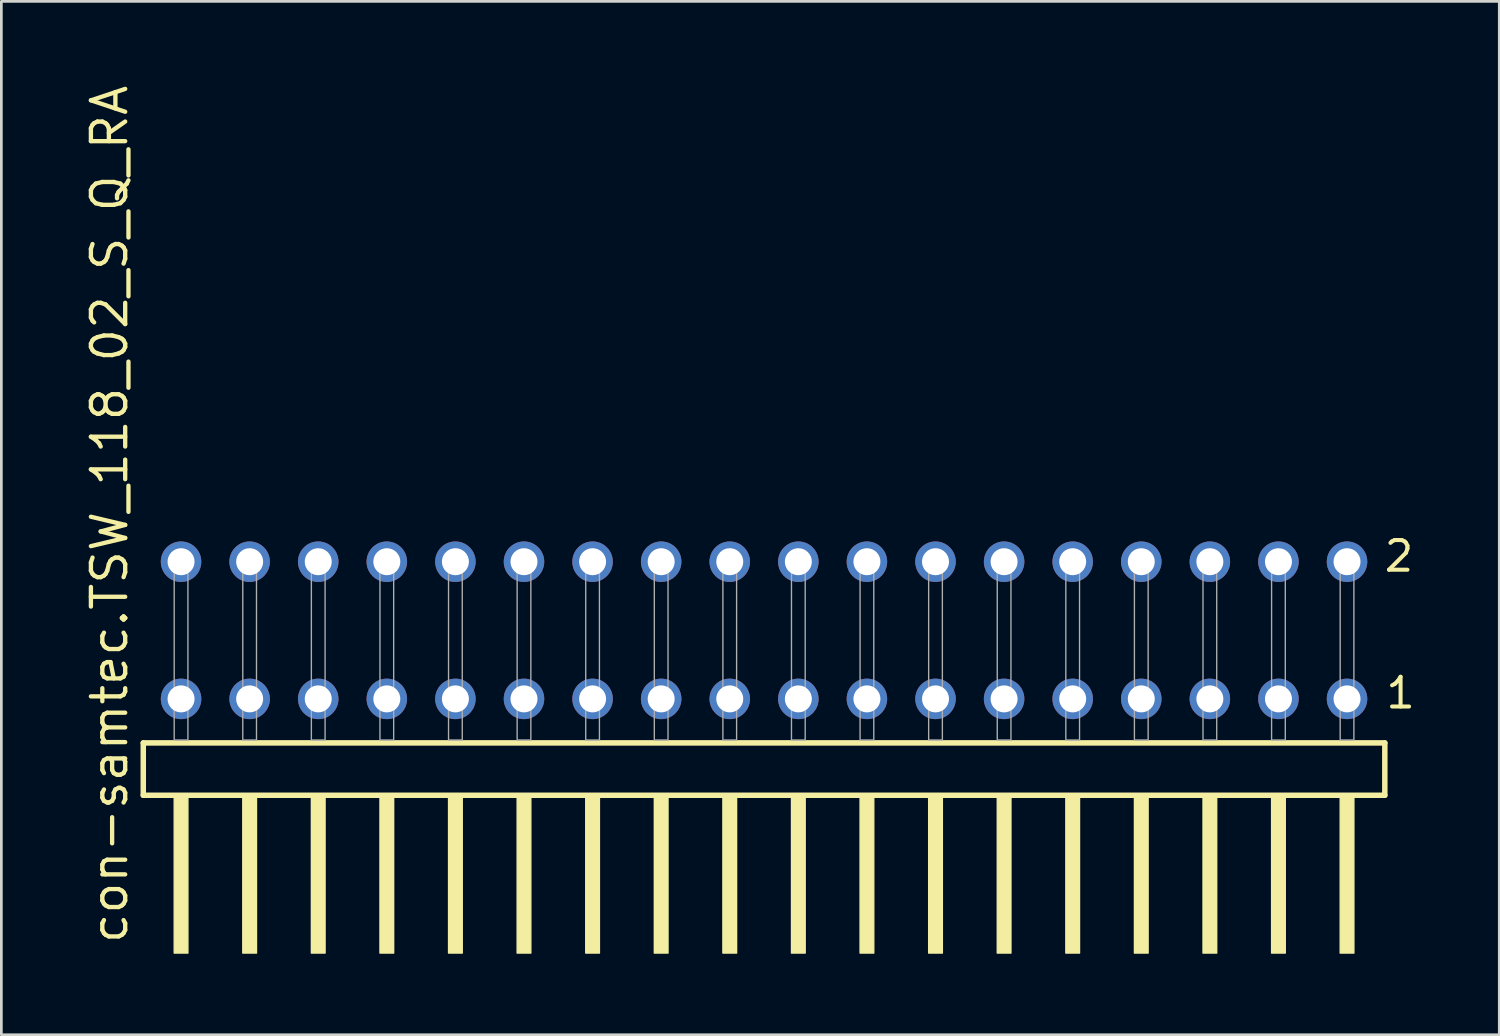
<source format=kicad_pcb>
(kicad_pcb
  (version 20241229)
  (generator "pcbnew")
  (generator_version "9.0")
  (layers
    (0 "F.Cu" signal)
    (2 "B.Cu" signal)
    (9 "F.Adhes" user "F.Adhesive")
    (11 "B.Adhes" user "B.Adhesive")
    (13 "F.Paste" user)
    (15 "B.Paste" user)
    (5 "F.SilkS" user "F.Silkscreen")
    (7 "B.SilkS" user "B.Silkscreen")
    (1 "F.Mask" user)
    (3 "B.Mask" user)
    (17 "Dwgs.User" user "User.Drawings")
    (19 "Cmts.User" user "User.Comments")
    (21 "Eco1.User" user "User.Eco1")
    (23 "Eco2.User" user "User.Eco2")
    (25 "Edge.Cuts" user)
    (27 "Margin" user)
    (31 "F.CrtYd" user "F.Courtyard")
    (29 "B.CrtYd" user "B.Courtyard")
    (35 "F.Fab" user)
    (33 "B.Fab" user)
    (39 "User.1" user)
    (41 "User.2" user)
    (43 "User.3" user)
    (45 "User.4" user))
  (footprint "con-samtec.TSW_118_02_S_Q_RA"
    (layer "F.Cu")
    (at 25.245 24.356)
    (property "Reference" "con-samtec.TSW_118_02_S_Q_RA" (at -23.495 7.62 90) (layer "F.SilkS") (effects (font (size 1.27 1.27) (thickness 0.16)) (justify left bottom)))
    (attr through_hole)
    (fp_line (start -22.989 0.106) (end -22.989 2.046) (stroke (width 0.203) (type default)) (layer "F.SilkS"))
    (fp_line (start -22.989 2.046) (end 22.989 2.046) (stroke (width 0.203) (type default)) (layer "F.SilkS"))
    (fp_line (start 22.989 0.106) (end -22.989 0.106) (stroke (width 0.203) (type default)) (layer "F.SilkS"))
    (fp_line (start 22.989 2.046) (end 22.989 0.106) (stroke (width 0.203) (type default)) (layer "F.SilkS"))
    (fp_rect (start -21.844 7.89) (end -21.336 2.04) (stroke (width 0.05) (type default)) (fill yes) (layer "F.SilkS"))
    (fp_rect (start -19.304 7.89) (end -18.796 2.04) (stroke (width 0.05) (type default)) (fill yes) (layer "F.SilkS"))
    (fp_rect (start -16.764 7.89) (end -16.256 2.04) (stroke (width 0.05) (type default)) (fill yes) (layer "F.SilkS"))
    (fp_rect (start -14.224 7.89) (end -13.716 2.04) (stroke (width 0.05) (type default)) (fill yes) (layer "F.SilkS"))
    (fp_rect (start -11.684 7.89) (end -11.176 2.04) (stroke (width 0.05) (type default)) (fill yes) (layer "F.SilkS"))
    (fp_rect (start -9.144 7.89) (end -8.636 2.04) (stroke (width 0.05) (type default)) (fill yes) (layer "F.SilkS"))
    (fp_rect (start -6.604 7.89) (end -6.096 2.04) (stroke (width 0.05) (type default)) (fill yes) (layer "F.SilkS"))
    (fp_rect (start -4.064 7.89) (end -3.556 2.04) (stroke (width 0.05) (type default)) (fill yes) (layer "F.SilkS"))
    (fp_rect (start -1.524 7.89) (end -1.016 2.04) (stroke (width 0.05) (type default)) (fill yes) (layer "F.SilkS"))
    (fp_rect (start 1.016 7.89) (end 1.524 2.04) (stroke (width 0.05) (type default)) (fill yes) (layer "F.SilkS"))
    (fp_rect (start 3.556 7.89) (end 4.064 2.04) (stroke (width 0.05) (type default)) (fill yes) (layer "F.SilkS"))
    (fp_rect (start 6.096 7.89) (end 6.604 2.04) (stroke (width 0.05) (type default)) (fill yes) (layer "F.SilkS"))
    (fp_rect (start 8.636 7.89) (end 9.144 2.04) (stroke (width 0.05) (type default)) (fill yes) (layer "F.SilkS"))
    (fp_rect (start 11.176 7.89) (end 11.684 2.04) (stroke (width 0.05) (type default)) (fill yes) (layer "F.SilkS"))
    (fp_rect (start 13.716 7.89) (end 14.224 2.04) (stroke (width 0.05) (type default)) (fill yes) (layer "F.SilkS"))
    (fp_rect (start 16.256 7.89) (end 16.764 2.04) (stroke (width 0.05) (type default)) (fill yes) (layer "F.SilkS"))
    (fp_rect (start 18.796 7.89) (end 19.304 2.04) (stroke (width 0.05) (type default)) (fill yes) (layer "F.SilkS"))
    (fp_rect (start 21.336 7.89) (end 21.844 2.04) (stroke (width 0.05) (type default)) (fill yes) (layer "F.SilkS"))
    (fp_rect (start -21.844 0) (end -21.336 -6.858) (stroke (width 0.05) (type default)) (fill no) (layer "F.Fab"))
    (fp_rect (start -19.304 0) (end -18.796 -6.858) (stroke (width 0.05) (type default)) (fill no) (layer "F.Fab"))
    (fp_rect (start -16.764 0) (end -16.256 -6.858) (stroke (width 0.05) (type default)) (fill no) (layer "F.Fab"))
    (fp_rect (start -14.224 0) (end -13.716 -6.858) (stroke (width 0.05) (type default)) (fill no) (layer "F.Fab"))
    (fp_rect (start -11.684 0) (end -11.176 -6.858) (stroke (width 0.05) (type default)) (fill no) (layer "F.Fab"))
    (fp_rect (start -9.144 0) (end -8.636 -6.858) (stroke (width 0.05) (type default)) (fill no) (layer "F.Fab"))
    (fp_rect (start -6.604 0) (end -6.096 -6.858) (stroke (width 0.05) (type default)) (fill no) (layer "F.Fab"))
    (fp_rect (start -4.064 0) (end -3.556 -6.858) (stroke (width 0.05) (type default)) (fill no) (layer "F.Fab"))
    (fp_rect (start -1.524 0) (end -1.016 -6.858) (stroke (width 0.05) (type default)) (fill no) (layer "F.Fab"))
    (fp_rect (start 1.016 0) (end 1.524 -6.858) (stroke (width 0.05) (type default)) (fill no) (layer "F.Fab"))
    (fp_rect (start 3.556 0) (end 4.064 -6.858) (stroke (width 0.05) (type default)) (fill no) (layer "F.Fab"))
    (fp_rect (start 6.096 0) (end 6.604 -6.858) (stroke (width 0.05) (type default)) (fill no) (layer "F.Fab"))
    (fp_rect (start 8.636 0) (end 9.144 -6.858) (stroke (width 0.05) (type default)) (fill no) (layer "F.Fab"))
    (fp_rect (start 11.176 0) (end 11.684 -6.858) (stroke (width 0.05) (type default)) (fill no) (layer "F.Fab"))
    (fp_rect (start 13.716 0) (end 14.224 -6.858) (stroke (width 0.05) (type default)) (fill no) (layer "F.Fab"))
    (fp_rect (start 16.256 0) (end 16.764 -6.858) (stroke (width 0.05) (type default)) (fill no) (layer "F.Fab"))
    (fp_rect (start 18.796 0) (end 19.304 -6.858) (stroke (width 0.05) (type default)) (fill no) (layer "F.Fab"))
    (fp_rect (start 21.336 0) (end 21.844 -6.858) (stroke (width 0.05) (type default)) (fill no) (layer "F.Fab"))
    (fp_text user "2" (at 22.89 -6.165 0) (layer "F.SilkS") (effects (font (size 1.1 1.1) (thickness 0.15)) (justify left bottom)))
    (fp_text user "1" (at 22.95 -1.1 0) (layer "F.SilkS") (effects (font (size 1.1 1.1) (thickness 0.15)) (justify left bottom)))
    (pad "1" thru_hole circle (at 21.59 -1.524 180) (size 1.5 1.5) (drill 1) (layers "*.Cu" "*.Mask"))
    (pad "2" thru_hole circle (at 21.59 -6.604 180) (size 1.5 1.5) (drill 1) (layers "*.Cu" "*.Mask"))
    (pad "3" thru_hole circle (at 19.05 -1.524 180) (size 1.5 1.5) (drill 1) (layers "*.Cu" "*.Mask"))
    (pad "4" thru_hole circle (at 19.05 -6.604 180) (size 1.5 1.5) (drill 1) (layers "*.Cu" "*.Mask"))
    (pad "5" thru_hole circle (at 16.51 -1.524 180) (size 1.5 1.5) (drill 1) (layers "*.Cu" "*.Mask"))
    (pad "6" thru_hole circle (at 16.51 -6.604 180) (size 1.5 1.5) (drill 1) (layers "*.Cu" "*.Mask"))
    (pad "7" thru_hole circle (at 13.97 -1.524 180) (size 1.5 1.5) (drill 1) (layers "*.Cu" "*.Mask"))
    (pad "8" thru_hole circle (at 13.97 -6.604 180) (size 1.5 1.5) (drill 1) (layers "*.Cu" "*.Mask"))
    (pad "9" thru_hole circle (at 11.43 -1.524 180) (size 1.5 1.5) (drill 1) (layers "*.Cu" "*.Mask"))
    (pad "10" thru_hole circle (at 11.43 -6.604 180) (size 1.5 1.5) (drill 1) (layers "*.Cu" "*.Mask"))
    (pad "11" thru_hole circle (at 8.89 -1.524 180) (size 1.5 1.5) (drill 1) (layers "*.Cu" "*.Mask"))
    (pad "12" thru_hole circle (at 8.89 -6.604 180) (size 1.5 1.5) (drill 1) (layers "*.Cu" "*.Mask"))
    (pad "13" thru_hole circle (at 6.35 -1.524 180) (size 1.5 1.5) (drill 1) (layers "*.Cu" "*.Mask"))
    (pad "14" thru_hole circle (at 6.35 -6.604 180) (size 1.5 1.5) (drill 1) (layers "*.Cu" "*.Mask"))
    (pad "15" thru_hole circle (at 3.81 -1.524 180) (size 1.5 1.5) (drill 1) (layers "*.Cu" "*.Mask"))
    (pad "16" thru_hole circle (at 3.81 -6.604 180) (size 1.5 1.5) (drill 1) (layers "*.Cu" "*.Mask"))
    (pad "17" thru_hole circle (at 1.27 -1.524 180) (size 1.5 1.5) (drill 1) (layers "*.Cu" "*.Mask"))
    (pad "18" thru_hole circle (at 1.27 -6.604 180) (size 1.5 1.5) (drill 1) (layers "*.Cu" "*.Mask"))
    (pad "19" thru_hole circle (at -1.27 -1.524 180) (size 1.5 1.5) (drill 1) (layers "*.Cu" "*.Mask"))
    (pad "20" thru_hole circle (at -1.27 -6.604 180) (size 1.5 1.5) (drill 1) (layers "*.Cu" "*.Mask"))
    (pad "21" thru_hole circle (at -3.81 -1.524 180) (size 1.5 1.5) (drill 1) (layers "*.Cu" "*.Mask"))
    (pad "22" thru_hole circle (at -3.81 -6.604 180) (size 1.5 1.5) (drill 1) (layers "*.Cu" "*.Mask"))
    (pad "23" thru_hole circle (at -6.35 -1.524 180) (size 1.5 1.5) (drill 1) (layers "*.Cu" "*.Mask"))
    (pad "24" thru_hole circle (at -6.35 -6.604 180) (size 1.5 1.5) (drill 1) (layers "*.Cu" "*.Mask"))
    (pad "25" thru_hole circle (at -8.89 -1.524 180) (size 1.5 1.5) (drill 1) (layers "*.Cu" "*.Mask"))
    (pad "26" thru_hole circle (at -8.89 -6.604 180) (size 1.5 1.5) (drill 1) (layers "*.Cu" "*.Mask"))
    (pad "27" thru_hole circle (at -11.43 -1.524 180) (size 1.5 1.5) (drill 1) (layers "*.Cu" "*.Mask"))
    (pad "28" thru_hole circle (at -11.43 -6.604 180) (size 1.5 1.5) (drill 1) (layers "*.Cu" "*.Mask"))
    (pad "29" thru_hole circle (at -13.97 -1.524 180) (size 1.5 1.5) (drill 1) (layers "*.Cu" "*.Mask"))
    (pad "30" thru_hole circle (at -13.97 -6.604 180) (size 1.5 1.5) (drill 1) (layers "*.Cu" "*.Mask"))
    (pad "31" thru_hole circle (at -16.51 -1.524 180) (size 1.5 1.5) (drill 1) (layers "*.Cu" "*.Mask"))
    (pad "32" thru_hole circle (at -16.51 -6.604 180) (size 1.5 1.5) (drill 1) (layers "*.Cu" "*.Mask"))
    (pad "33" thru_hole circle (at -19.05 -1.524 180) (size 1.5 1.5) (drill 1) (layers "*.Cu" "*.Mask"))
    (pad "34" thru_hole circle (at -19.05 -6.604 180) (size 1.5 1.5) (drill 1) (layers "*.Cu" "*.Mask"))
    (pad "35" thru_hole circle (at -21.59 -1.524 180) (size 1.5 1.5) (drill 1) (layers "*.Cu" "*.Mask"))
    (pad "36" thru_hole circle (at -21.59 -6.604 180) (size 1.5 1.5) (drill 1) (layers "*.Cu" "*.Mask")))
  (gr_rect
    (start -3 -3)
    (end 52.473 35.271)
    (stroke (width 0.1) (type default))
    (fill no)
    (layer "Edge.Cuts")))
</source>
